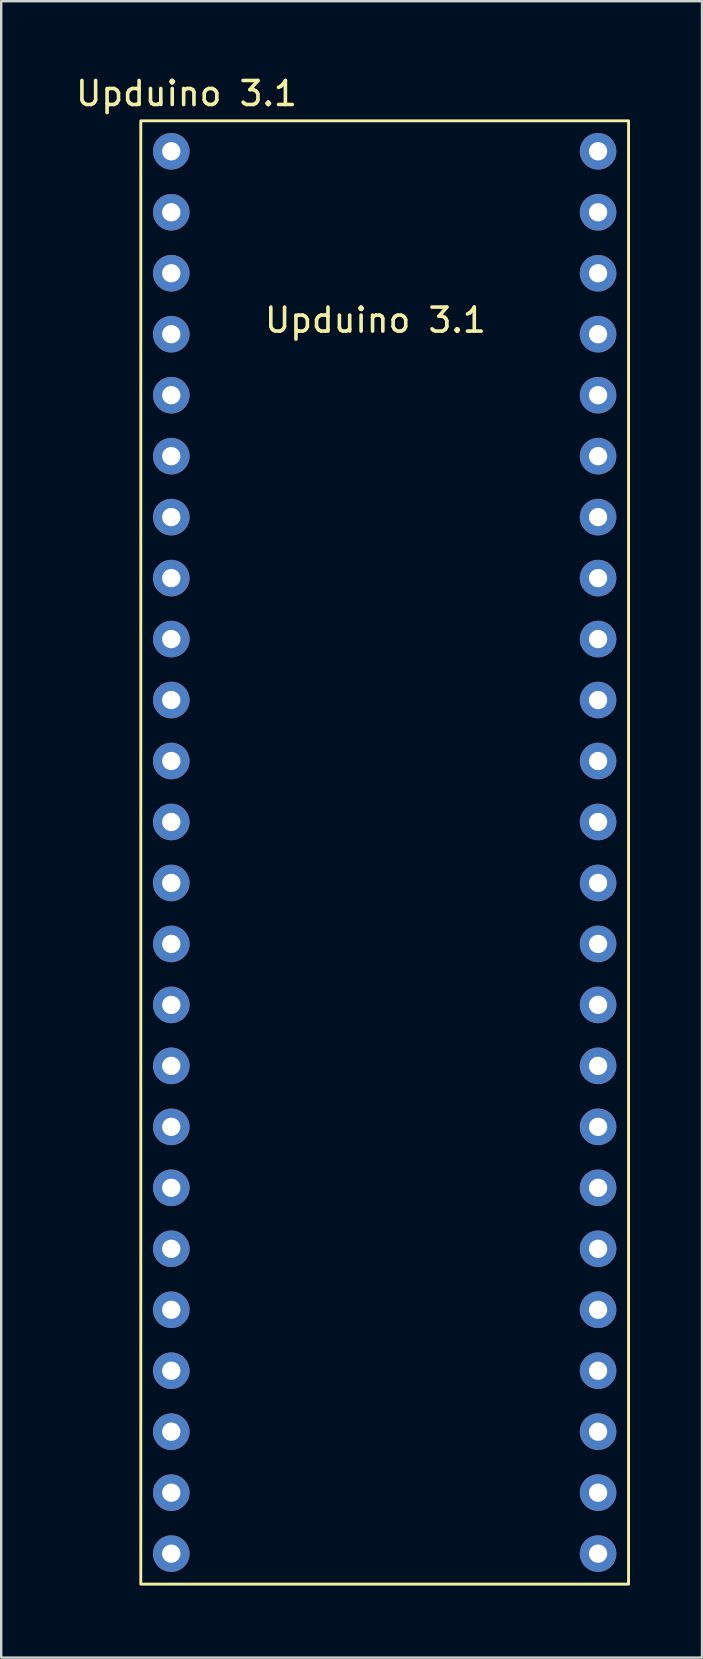
<source format=kicad_pcb>
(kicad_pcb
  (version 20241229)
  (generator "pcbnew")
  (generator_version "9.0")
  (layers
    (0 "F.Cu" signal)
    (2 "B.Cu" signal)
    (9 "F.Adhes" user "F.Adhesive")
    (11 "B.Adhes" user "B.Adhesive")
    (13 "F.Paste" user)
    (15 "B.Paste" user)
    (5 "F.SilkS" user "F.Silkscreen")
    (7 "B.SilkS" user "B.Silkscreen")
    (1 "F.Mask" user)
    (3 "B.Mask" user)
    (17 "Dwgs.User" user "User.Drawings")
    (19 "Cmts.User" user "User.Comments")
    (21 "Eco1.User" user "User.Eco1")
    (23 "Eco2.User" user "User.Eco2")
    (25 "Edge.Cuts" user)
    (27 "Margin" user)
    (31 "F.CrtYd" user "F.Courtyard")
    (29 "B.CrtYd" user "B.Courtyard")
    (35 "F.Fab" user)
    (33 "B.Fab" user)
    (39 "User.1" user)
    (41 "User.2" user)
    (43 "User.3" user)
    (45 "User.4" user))
  (footprint "Upduino 3.1"
    (layer "F.Cu")
    (at 4.085 3.253)
    (property "Reference" "Upduino 3.1" (at 0.635 -2.405 0) (unlocked yes) (layer "F.SilkS") (effects (font (size 1 1) (thickness 0.15))))
    (attr through_hole)
    (fp_rect (start -1.27 -1.27) (end 19.05 59.69) (stroke (width 0.12) (type default)) (fill no) (layer "F.SilkS"))
    (fp_text user "Upduino 3.1" (at 3.81 7.62 0) (unlocked yes) (layer "F.SilkS") (effects (font (size 1 1) (thickness 0.15)) (justify left bottom)))
    (pad "1" thru_hole circle (at 0 0) (size 1.524 1.524) (drill 0.762) (layers "*.Cu" "*.Mask"))
    (pad "2" thru_hole circle (at 0 2.54) (size 1.524 1.524) (drill 0.762) (layers "*.Cu" "*.Mask"))
    (pad "3" thru_hole circle (at 0 5.08) (size 1.524 1.524) (drill 0.762) (layers "*.Cu" "*.Mask"))
    (pad "4" thru_hole circle (at 0 7.62) (size 1.524 1.524) (drill 0.762) (layers "*.Cu" "*.Mask"))
    (pad "5" thru_hole circle (at 0 10.16) (size 1.524 1.524) (drill 0.762) (layers "*.Cu" "*.Mask"))
    (pad "6" thru_hole circle (at 0 12.7) (size 1.524 1.524) (drill 0.762) (layers "*.Cu" "*.Mask"))
    (pad "7" thru_hole circle (at 0 15.24) (size 1.524 1.524) (drill 0.762) (layers "*.Cu" "*.Mask"))
    (pad "8" thru_hole circle (at 0 17.78) (size 1.524 1.524) (drill 0.762) (layers "*.Cu" "*.Mask"))
    (pad "9" thru_hole circle (at 0 20.32) (size 1.524 1.524) (drill 0.762) (layers "*.Cu" "*.Mask"))
    (pad "10" thru_hole circle (at 0 22.86) (size 1.524 1.524) (drill 0.762) (layers "*.Cu" "*.Mask"))
    (pad "11" thru_hole circle (at 0 25.4) (size 1.524 1.524) (drill 0.762) (layers "*.Cu" "*.Mask"))
    (pad "12" thru_hole circle (at 0 27.94) (size 1.524 1.524) (drill 0.762) (layers "*.Cu" "*.Mask"))
    (pad "13" thru_hole circle (at 0 30.48) (size 1.524 1.524) (drill 0.762) (layers "*.Cu" "*.Mask"))
    (pad "14" thru_hole circle (at 0 33.02) (size 1.524 1.524) (drill 0.762) (layers "*.Cu" "*.Mask"))
    (pad "15" thru_hole circle (at 0 35.56) (size 1.524 1.524) (drill 0.762) (layers "*.Cu" "*.Mask"))
    (pad "16" thru_hole circle (at 0 38.1) (size 1.524 1.524) (drill 0.762) (layers "*.Cu" "*.Mask"))
    (pad "17" thru_hole circle (at 0 40.64) (size 1.524 1.524) (drill 0.762) (layers "*.Cu" "*.Mask"))
    (pad "18" thru_hole circle (at 0 43.18) (size 1.524 1.524) (drill 0.762) (layers "*.Cu" "*.Mask"))
    (pad "19" thru_hole circle (at 0 45.72) (size 1.524 1.524) (drill 0.762) (layers "*.Cu" "*.Mask"))
    (pad "20" thru_hole circle (at 0 48.26) (size 1.524 1.524) (drill 0.762) (layers "*.Cu" "*.Mask"))
    (pad "21" thru_hole circle (at 0 50.8) (size 1.524 1.524) (drill 0.762) (layers "*.Cu" "*.Mask"))
    (pad "22" thru_hole circle (at 0 53.34) (size 1.524 1.524) (drill 0.762) (layers "*.Cu" "*.Mask"))
    (pad "23" thru_hole circle (at 0 55.88) (size 1.524 1.524) (drill 0.762) (layers "*.Cu" "*.Mask"))
    (pad "24" thru_hole circle (at 0 58.42) (size 1.524 1.524) (drill 0.762) (layers "*.Cu" "*.Mask"))
    (pad "25" thru_hole circle (at 17.78 58.42) (size 1.524 1.524) (drill 0.762) (layers "*.Cu" "*.Mask"))
    (pad "26" thru_hole circle (at 17.78 55.88) (size 1.524 1.524) (drill 0.762) (layers "*.Cu" "*.Mask"))
    (pad "27" thru_hole circle (at 17.78 53.34) (size 1.524 1.524) (drill 0.762) (layers "*.Cu" "*.Mask"))
    (pad "28" thru_hole circle (at 17.78 50.8) (size 1.524 1.524) (drill 0.762) (layers "*.Cu" "*.Mask"))
    (pad "29" thru_hole circle (at 17.78 48.26) (size 1.524 1.524) (drill 0.762) (layers "*.Cu" "*.Mask"))
    (pad "30" thru_hole circle (at 17.78 45.72) (size 1.524 1.524) (drill 0.762) (layers "*.Cu" "*.Mask"))
    (pad "31" thru_hole circle (at 17.78 43.18) (size 1.524 1.524) (drill 0.762) (layers "*.Cu" "*.Mask"))
    (pad "32" thru_hole circle (at 17.78 40.64) (size 1.524 1.524) (drill 0.762) (layers "*.Cu" "*.Mask"))
    (pad "33" thru_hole circle (at 17.78 38.1) (size 1.524 1.524) (drill 0.762) (layers "*.Cu" "*.Mask"))
    (pad "34" thru_hole circle (at 17.78 35.56) (size 1.524 1.524) (drill 0.762) (layers "*.Cu" "*.Mask"))
    (pad "35" thru_hole circle (at 17.78 33.02) (size 1.524 1.524) (drill 0.762) (layers "*.Cu" "*.Mask"))
    (pad "36" thru_hole circle (at 17.78 30.48) (size 1.524 1.524) (drill 0.762) (layers "*.Cu" "*.Mask"))
    (pad "37" thru_hole circle (at 17.78 27.94) (size 1.524 1.524) (drill 0.762) (layers "*.Cu" "*.Mask"))
    (pad "38" thru_hole circle (at 17.78 25.4) (size 1.524 1.524) (drill 0.762) (layers "*.Cu" "*.Mask"))
    (pad "39" thru_hole circle (at 17.78 22.86) (size 1.524 1.524) (drill 0.762) (layers "*.Cu" "*.Mask"))
    (pad "40" thru_hole circle (at 17.78 20.32) (size 1.524 1.524) (drill 0.762) (layers "*.Cu" "*.Mask"))
    (pad "41" thru_hole circle (at 17.78 17.78) (size 1.524 1.524) (drill 0.762) (layers "*.Cu" "*.Mask"))
    (pad "42" thru_hole circle (at 17.78 15.24) (size 1.524 1.524) (drill 0.762) (layers "*.Cu" "*.Mask"))
    (pad "43" thru_hole circle (at 17.78 12.7) (size 1.524 1.524) (drill 0.762) (layers "*.Cu" "*.Mask"))
    (pad "44" thru_hole circle (at 17.78 10.16) (size 1.524 1.524) (drill 0.762) (layers "*.Cu" "*.Mask"))
    (pad "45" thru_hole circle (at 17.78 7.62) (size 1.524 1.524) (drill 0.762) (layers "*.Cu" "*.Mask"))
    (pad "46" thru_hole circle (at 17.78 5.08) (size 1.524 1.524) (drill 0.762) (layers "*.Cu" "*.Mask"))
    (pad "47" thru_hole circle (at 17.78 2.54) (size 1.524 1.524) (drill 0.762) (layers "*.Cu" "*.Mask"))
    (pad "48" thru_hole circle (at 17.78 0) (size 1.524 1.524) (drill 0.762) (layers "*.Cu" "*.Mask")))
  (gr_rect
    (start -3 -3)
    (end 26.195 66.003)
    (stroke (width 0.1) (type default))
    (fill no)
    (layer "Edge.Cuts")))
</source>
